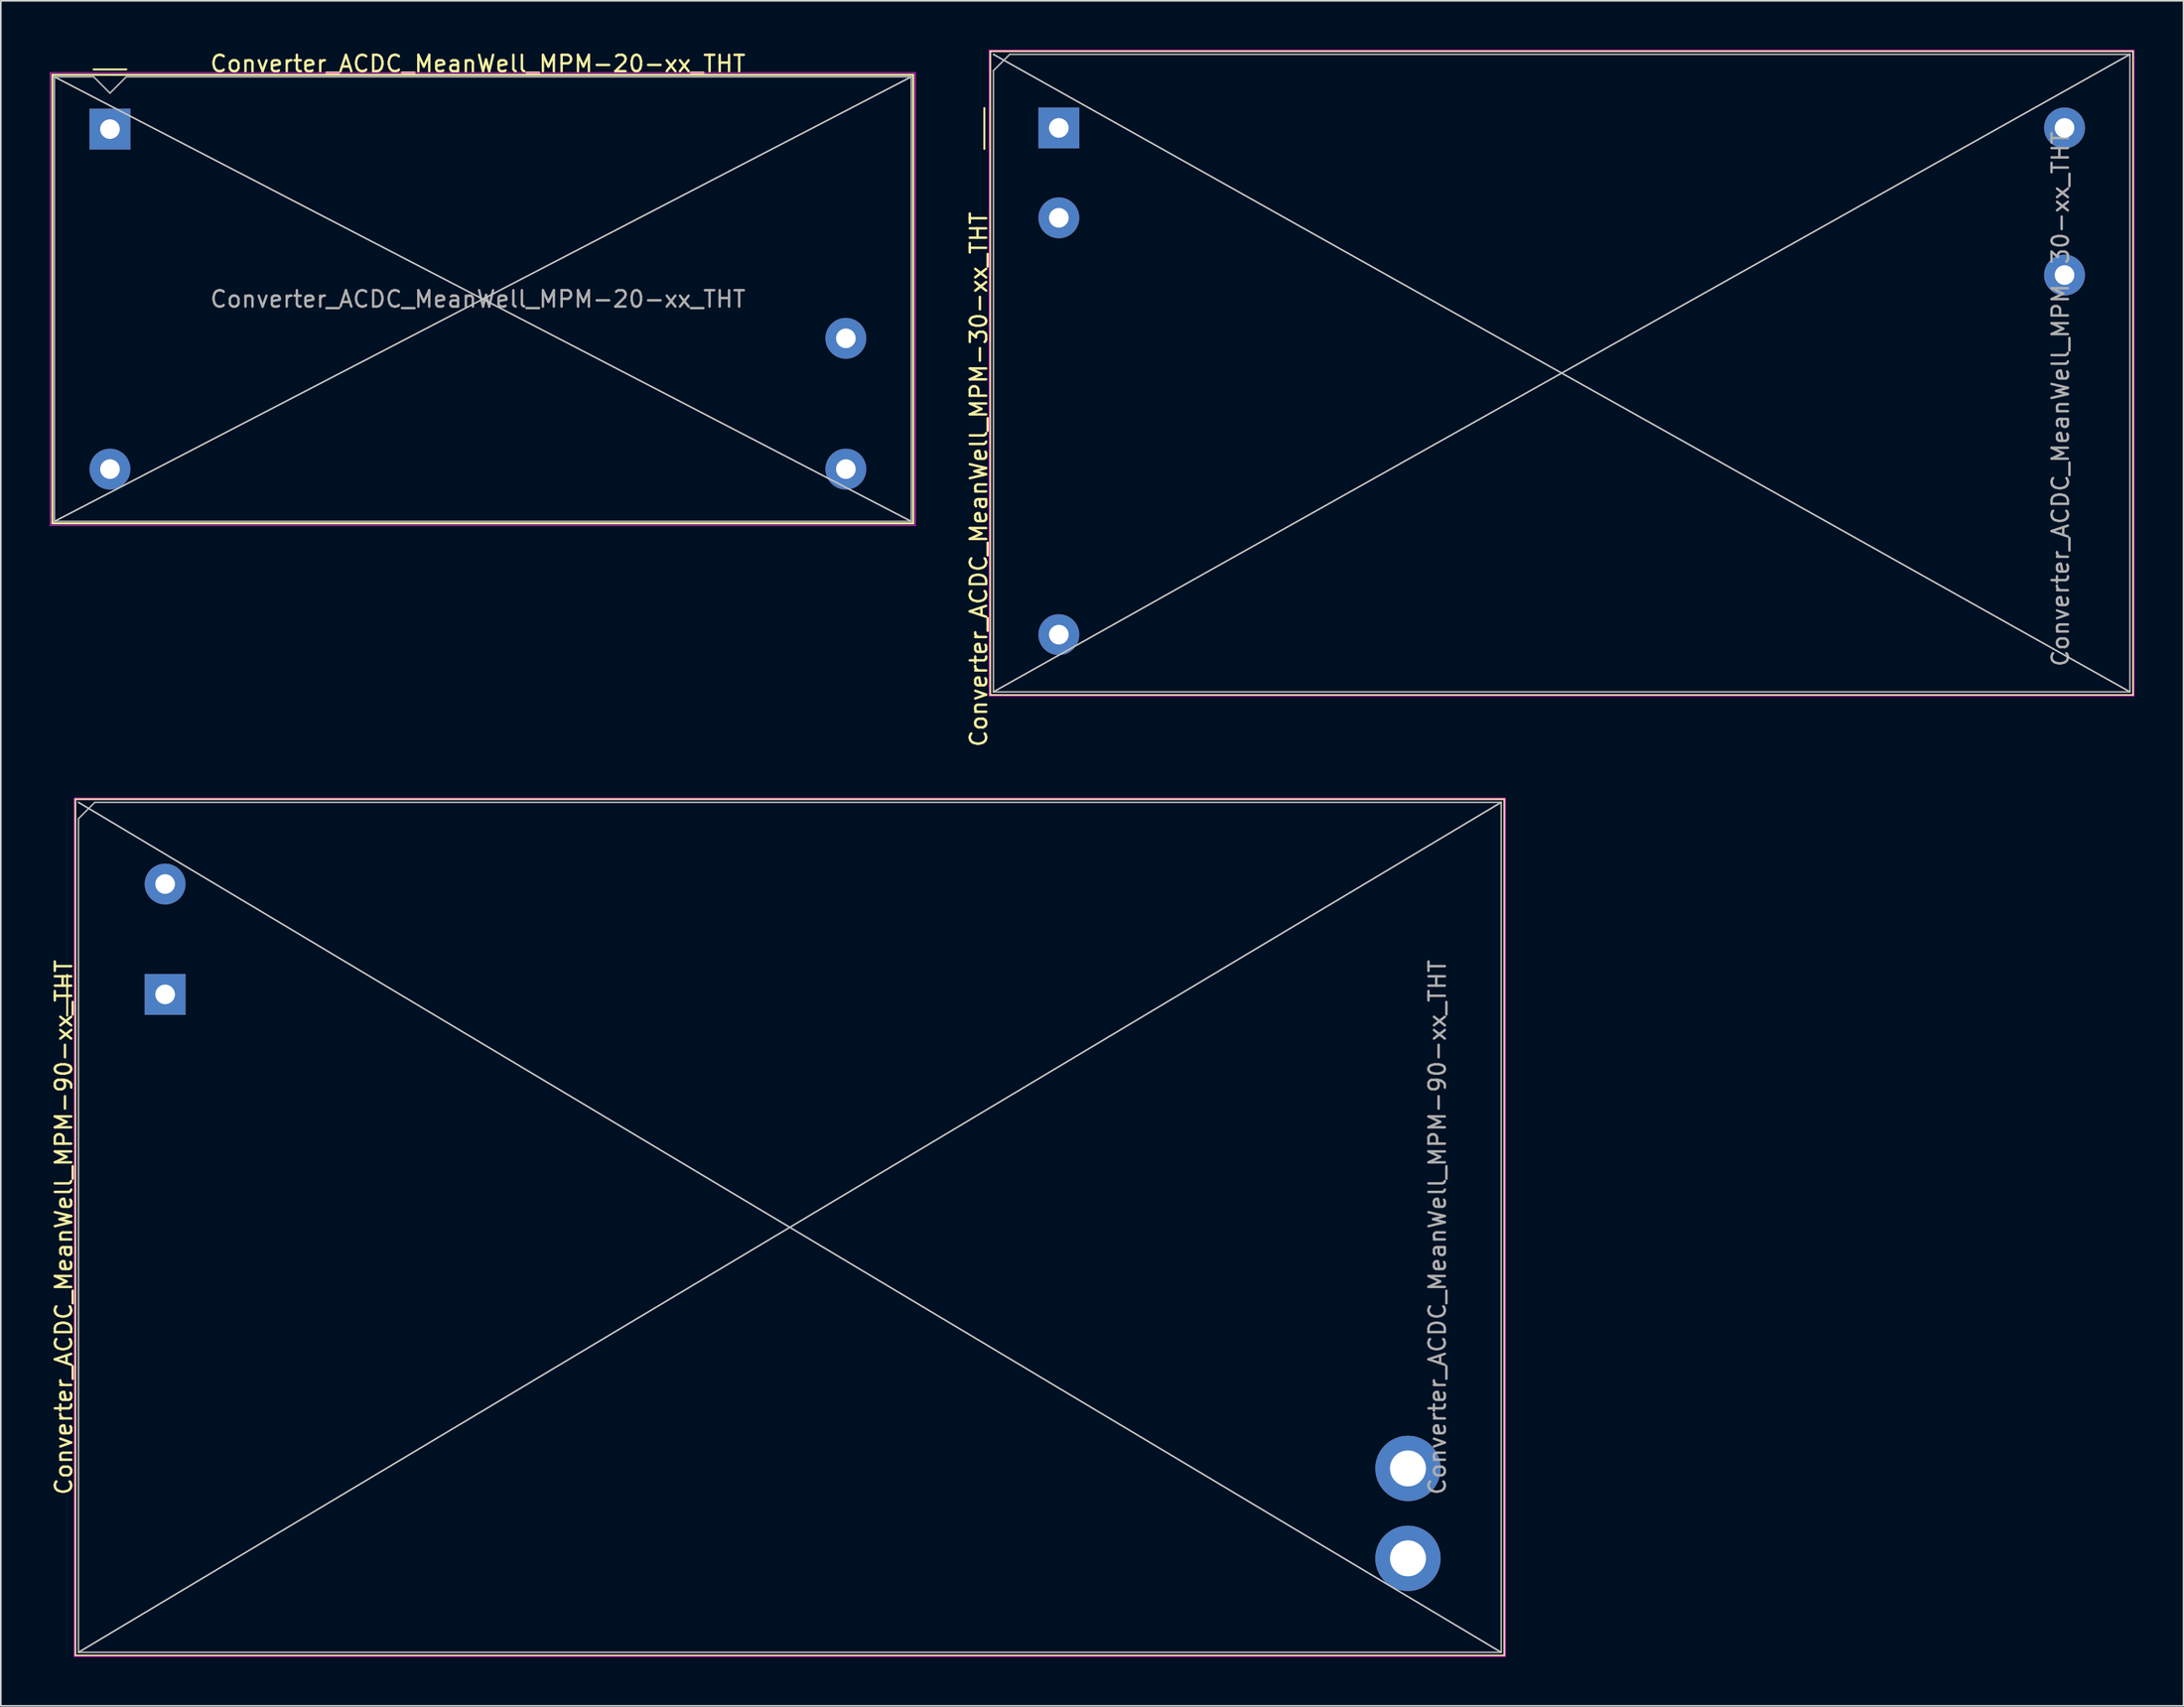
<source format=kicad_pcb>
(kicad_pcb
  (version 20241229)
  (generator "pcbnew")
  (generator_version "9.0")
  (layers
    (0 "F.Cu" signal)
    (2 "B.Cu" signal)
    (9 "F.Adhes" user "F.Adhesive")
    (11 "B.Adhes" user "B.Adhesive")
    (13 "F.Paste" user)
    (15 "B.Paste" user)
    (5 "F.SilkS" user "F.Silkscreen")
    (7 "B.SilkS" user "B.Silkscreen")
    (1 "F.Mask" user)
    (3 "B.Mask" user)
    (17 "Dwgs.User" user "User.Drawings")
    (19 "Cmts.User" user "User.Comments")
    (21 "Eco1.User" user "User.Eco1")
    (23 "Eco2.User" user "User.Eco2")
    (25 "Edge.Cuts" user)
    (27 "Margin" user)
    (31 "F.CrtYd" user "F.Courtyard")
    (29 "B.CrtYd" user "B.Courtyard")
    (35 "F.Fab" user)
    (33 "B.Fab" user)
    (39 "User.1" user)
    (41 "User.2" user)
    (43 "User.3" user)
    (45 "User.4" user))
  (footprint "Converter_ACDC_MeanWell_MPM-30-xx_THT"
    (layer "F.Cu")
    (at 92.448 19.775)
    (property "Reference" "Converter_ACDC_MeanWell_MPM-30-xx_THT" (at -35.65 6.5 90) (layer "F.SilkS") (effects (font (size 1 1) (thickness 0.15))))
    (attr through_hole)
    (fp_line (start -35.306 -16.216) (end -35.306 -13.716) (stroke (width 0.12) (type solid)) (layer "F.SilkS"))
    (fp_line (start -34.95 -19.7) (end -34.95 19.7) (stroke (width 0.12) (type solid)) (layer "F.SilkS"))
    (fp_line (start -34.95 19.7) (end 34.95 19.7) (stroke (width 0.12) (type solid)) (layer "F.SilkS"))
    (fp_line (start 34.95 -19.7) (end -34.95 -19.7) (stroke (width 0.12) (type solid)) (layer "F.SilkS"))
    (fp_line (start 34.95 19.7) (end 34.95 -19.7) (stroke (width 0.12) (type solid)) (layer "F.SilkS"))
    (fp_line (start -34.75 -19.5) (end 34.75 19.5) (stroke (width 0.1) (type solid)) (layer "Dwgs.User"))
    (fp_line (start 34.75 -19.5) (end -34.75 19.5) (stroke (width 0.1) (type solid)) (layer "Dwgs.User"))
    (fp_line (start -35 -19.75) (end 35 -19.75) (stroke (width 0.05) (type solid)) (layer "F.CrtYd"))
    (fp_line (start -35 19.75) (end -35 -19.75) (stroke (width 0.05) (type solid)) (layer "F.CrtYd"))
    (fp_line (start 35 -19.75) (end 35 19.75) (stroke (width 0.05) (type solid)) (layer "F.CrtYd"))
    (fp_line (start 35 19.75) (end -35 19.75) (stroke (width 0.05) (type solid)) (layer "F.CrtYd"))
    (fp_line (start -34.75 -18.5) (end -33.75 -19.5) (stroke (width 0.1) (type solid)) (layer "F.Fab"))
    (fp_line (start -34.75 19.5) (end -34.75 -18.5) (stroke (width 0.1) (type solid)) (layer "F.Fab"))
    (fp_line (start -34.75 19.5) (end 34.75 19.5) (stroke (width 0.1) (type solid)) (layer "F.Fab"))
    (fp_line (start -33.75 -19.5) (end 34.75 -19.5) (stroke (width 0.1) (type solid)) (layer "F.Fab"))
    (fp_line (start 34.75 19.5) (end 34.75 -19.5) (stroke (width 0.1) (type solid)) (layer "F.Fab"))
    (fp_text user "${REFERENCE}" (at 30.5 1.59 90) (layer "F.Fab") (effects (font (size 1 1) (thickness 0.15))))
    (pad "1" thru_hole rect (at -30.75 -15) (size 2.5 2.5) (drill 1.2) (layers "*.Cu" "*.Mask"))
    (pad "2" thru_hole circle (at -30.75 16) (size 2.5 2.5) (drill 1.2) (layers "*.Cu" "*.Mask"))
    (pad "3" thru_hole circle (at 30.75 -15) (size 2.5 2.5) (drill 1.2) (layers "*.Cu" "*.Mask"))
    (pad "4" thru_hole circle (at 30.75 -6 90) (size 2.5 2.5) (drill 1.2) (layers "*.Cu" "*.Mask"))
    (pad "~" thru_hole circle (at -30.75 -9.5) (size 2.5 2.5) (drill 1.2) (layers "*.Cu" "*.Mask")))
  (footprint "Converter_ACDC_MeanWell_MPM-90-xx_THT"
    (layer "F.Cu")
    (at 45.25 72.038)
    (property "Reference" "Converter_ACDC_MeanWell_MPM-90-xx_THT" (at -44.402 -0.006 90) (layer "F.SilkS") (effects (font (size 1 1) (thickness 0.15))))
    (attr through_hole)
    (fp_line (start -44.19 -12.95) (end -44.19 -15.45) (stroke (width 0.12) (type solid)) (layer "F.SilkS"))
    (fp_line (start -43.702 -26.206) (end -43.702 26.194) (stroke (width 0.12) (type solid)) (layer "F.SilkS"))
    (fp_line (start -43.702 26.194) (end 43.698 26.194) (stroke (width 0.12) (type solid)) (layer "F.SilkS"))
    (fp_line (start 43.698 -26.206) (end -43.702 -26.206) (stroke (width 0.12) (type solid)) (layer "F.SilkS"))
    (fp_line (start 43.698 26.194) (end 43.698 -26.206) (stroke (width 0.12) (type solid)) (layer "F.SilkS"))
    (fp_line (start -43.502 -26.006) (end 43.498 25.994) (stroke (width 0.1) (type solid)) (layer "Dwgs.User"))
    (fp_line (start 43.498 -26.006) (end -43.502 25.994) (stroke (width 0.1) (type solid)) (layer "Dwgs.User"))
    (fp_line (start -43.752 -26.256) (end 43.748 -26.256) (stroke (width 0.05) (type solid)) (layer "F.CrtYd"))
    (fp_line (start -43.752 26.244) (end -43.752 -26.256) (stroke (width 0.05) (type solid)) (layer "F.CrtYd"))
    (fp_line (start 43.748 -26.256) (end 43.748 26.244) (stroke (width 0.05) (type solid)) (layer "F.CrtYd"))
    (fp_line (start 43.748 26.244) (end -43.752 26.244) (stroke (width 0.05) (type solid)) (layer "F.CrtYd"))
    (fp_line (start -43.502 -25.006) (end -42.502 -26.006) (stroke (width 0.1) (type solid)) (layer "F.Fab"))
    (fp_line (start -43.502 25.994) (end -43.502 -25.006) (stroke (width 0.1) (type solid)) (layer "F.Fab"))
    (fp_line (start -43.502 25.994) (end 43.498 25.994) (stroke (width 0.1) (type solid)) (layer "F.Fab"))
    (fp_line (start -42.502 -26.006) (end 43.498 -26.006) (stroke (width 0.1) (type solid)) (layer "F.Fab"))
    (fp_line (start 43.498 25.994) (end 43.498 -26.006) (stroke (width 0.1) (type solid)) (layer "F.Fab"))
    (fp_text user "${REFERENCE}" (at 39.598 -0.006 90) (layer "F.Fab") (effects (font (size 1 1) (thickness 0.15))))
    (pad "1" thru_hole rect (at -38.202 -14.256) (size 2.5 2.5) (drill 1.2) (layers "*.Cu" "*.Mask"))
    (pad "2" thru_hole circle (at -38.202 -21.006) (size 2.5 2.5) (drill 1.2) (layers "*.Cu" "*.Mask"))
    (pad "3" thru_hole circle (at 37.798 20.244) (size 4 4) (drill 2.2) (layers "*.Cu" "*.Mask"))
    (pad "4" thru_hole circle (at 37.798 14.744) (size 4 4) (drill 2.2) (layers "*.Cu" "*.Mask")))
  (footprint "Converter_ACDC_MeanWell_MPM-20-xx_THT"
    (layer "F.Cu")
    (at 26.475 15.248)
    (property "Reference" "Converter_ACDC_MeanWell_MPM-20-xx_THT" (at -0.3 -14.4 0) (layer "F.SilkS") (effects (font (size 1 1) (thickness 0.15))))
    (attr through_hole)
    (fp_line (start -26.32 -13.72) (end -26.32 13.72) (stroke (width 0.12) (type solid)) (layer "F.SilkS"))
    (fp_line (start -26.32 -13.72) (end 26.32 -13.72) (stroke (width 0.12) (type solid)) (layer "F.SilkS"))
    (fp_line (start -26.32 13.72) (end 26.32 13.72) (stroke (width 0.12) (type solid)) (layer "F.SilkS"))
    (fp_line (start -21.8 -14.05) (end -23.8 -14.05) (stroke (width 0.12) (type solid)) (layer "F.SilkS"))
    (fp_line (start 26.32 -13.72) (end 26.32 13.72) (stroke (width 0.12) (type solid)) (layer "F.SilkS"))
    (fp_line (start -26.2 -13.6) (end 26.2 13.6) (stroke (width 0.1) (type solid)) (layer "Dwgs.User"))
    (fp_line (start 26.2 -13.6) (end -26.2 13.6) (stroke (width 0.1) (type solid)) (layer "Dwgs.User"))
    (fp_line (start -26.45 -13.85) (end -26.45 13.85) (stroke (width 0.05) (type solid)) (layer "F.CrtYd"))
    (fp_line (start -26.45 -13.85) (end 26.45 -13.85) (stroke (width 0.05) (type solid)) (layer "F.CrtYd"))
    (fp_line (start -26.45 13.85) (end 26.45 13.85) (stroke (width 0.05) (type solid)) (layer "F.CrtYd"))
    (fp_line (start 26.45 -13.85) (end 26.45 13.85) (stroke (width 0.05) (type solid)) (layer "F.CrtYd"))
    (fp_line (start -26.2 -13.6) (end -26.2 13.6) (stroke (width 0.1) (type solid)) (layer "F.Fab"))
    (fp_line (start -26.2 13.6) (end 26.2 13.6) (stroke (width 0.1) (type solid)) (layer "F.Fab"))
    (fp_line (start -23.8 -13.6) (end -26.2 -13.6) (stroke (width 0.1) (type solid)) (layer "F.Fab"))
    (fp_line (start -22.8 -12.6) (end -23.8 -13.6) (stroke (width 0.1) (type solid)) (layer "F.Fab"))
    (fp_line (start -21.8 -13.6) (end -22.8 -12.6) (stroke (width 0.1) (type solid)) (layer "F.Fab"))
    (fp_line (start 26.2 -13.6) (end -21.8 -13.6) (stroke (width 0.1) (type solid)) (layer "F.Fab"))
    (fp_line (start 26.2 -13.6) (end 26.2 13.6) (stroke (width 0.1) (type solid)) (layer "F.Fab"))
    (fp_text user "${REFERENCE}" (at -0.3 0 0) (layer "F.Fab") (effects (font (size 1 1) (thickness 0.15))))
    (pad "1" thru_hole rect (at -22.8 -10.4) (size 2.5 2.5) (drill 1.2) (layers "*.Cu" "*.Mask"))
    (pad "2" thru_hole circle (at -22.8 10.4) (size 2.5 2.5) (drill 1.2) (layers "*.Cu" "*.Mask"))
    (pad "3" thru_hole circle (at 22.2 10.4) (size 2.5 2.5) (drill 1.2) (layers "*.Cu" "*.Mask"))
    (pad "4" thru_hole circle (at 22.2 2.4) (size 2.5 2.5) (drill 1.2) (layers "*.Cu" "*.Mask")))
  (gr_rect
    (start -3 -3)
    (end 130.473 101.307)
    (stroke (width 0.1) (type default))
    (fill no)
    (layer "Edge.Cuts")))
</source>
